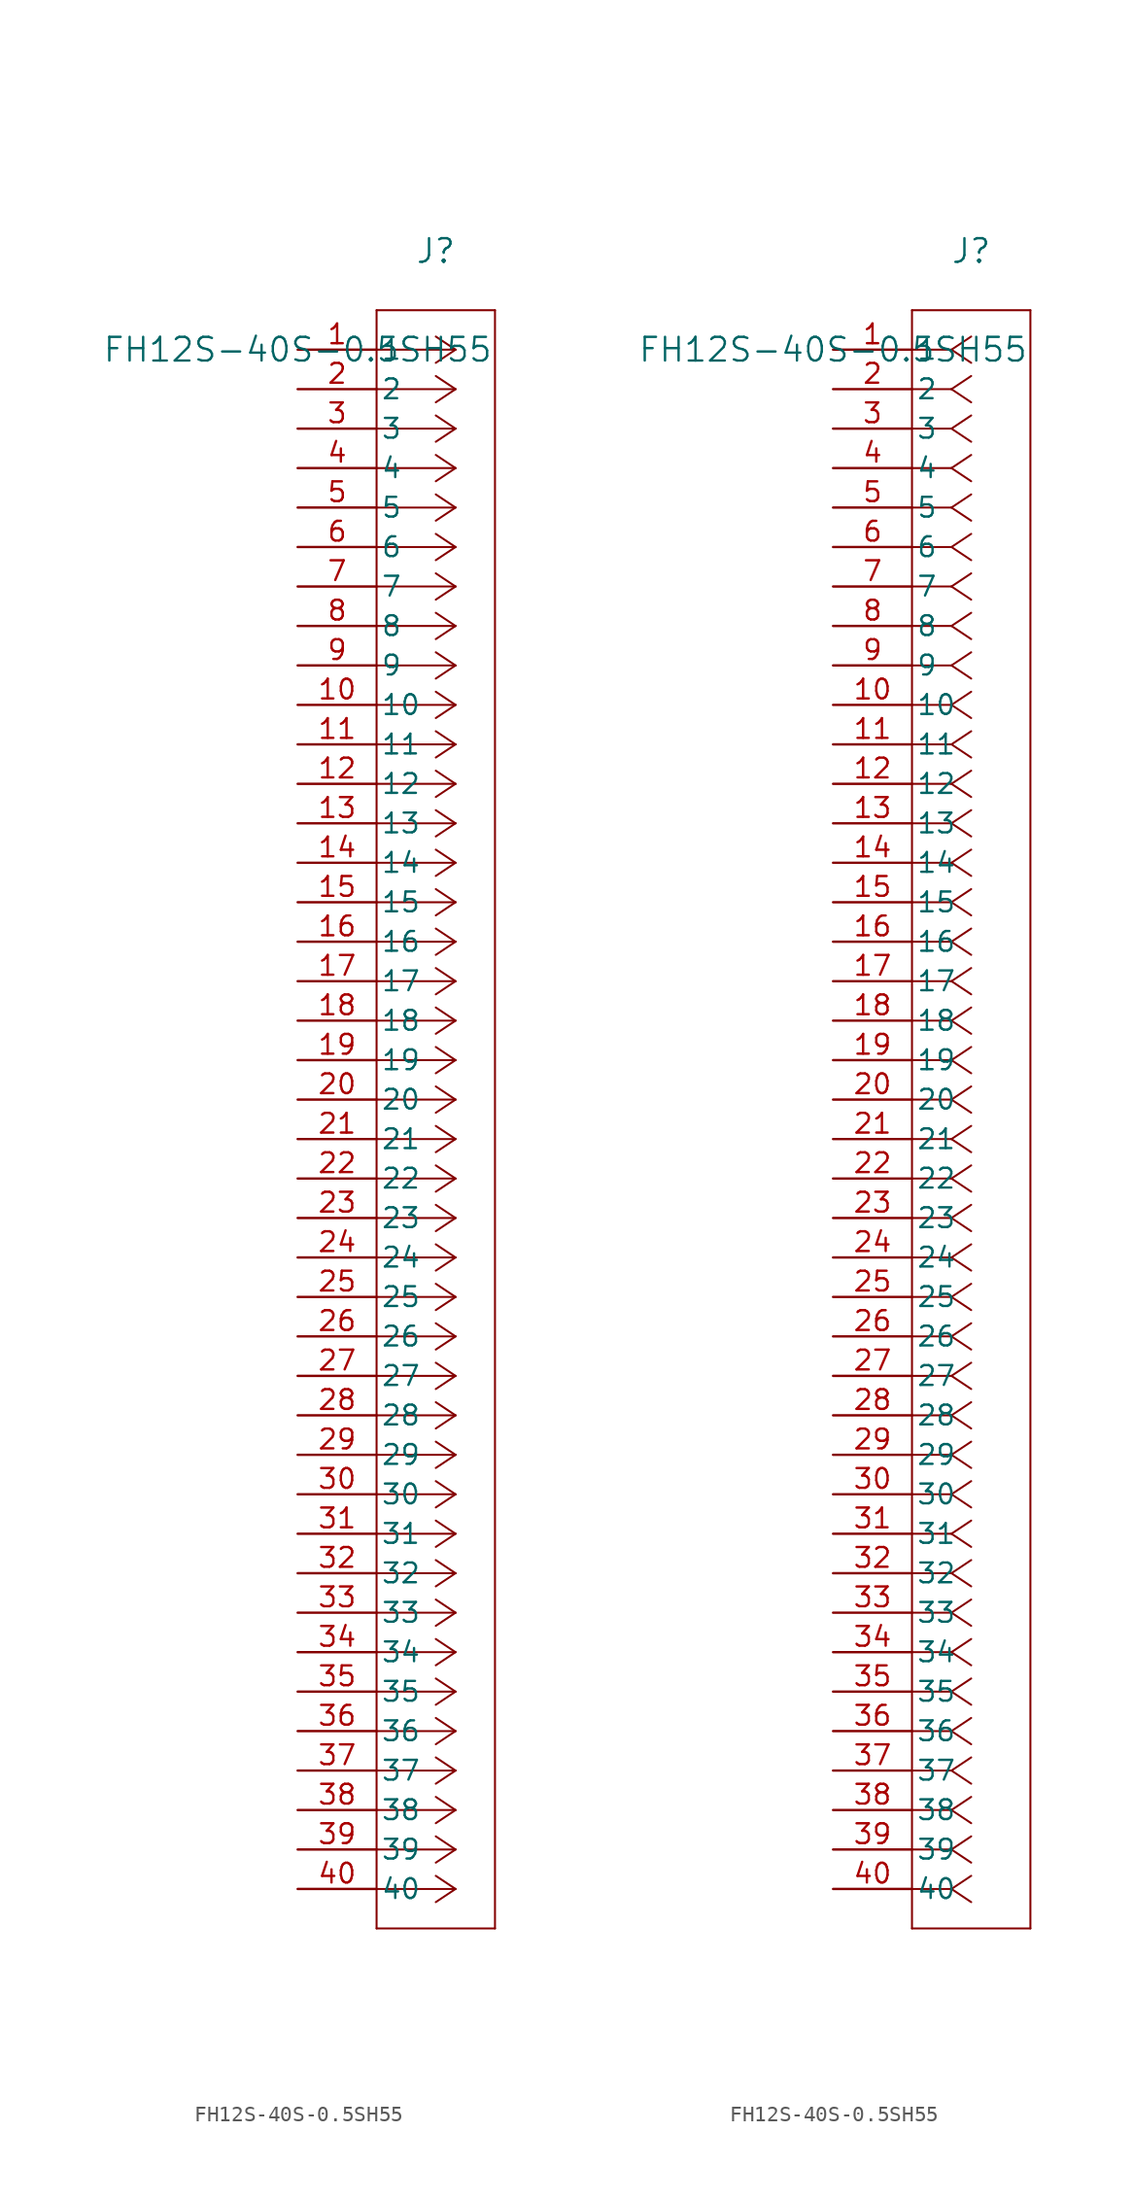
<source format=kicad_sym>
(kicad_symbol_lib
  (version 20211014)
  (generator kicad_symbol_editor)
  (symbol "FH12S-40S-0.5SH55"
    (pin_names
      (offset 0.254))
    (property "Reference" "J"
      (at 8.89 6.35 0)
      (effects (font (size 1.524 1.524))))
    (property "Value" "FH12S-40S-0.5SH55"
      (at 0 0 0)
      (effects (font (size 1.524 1.524))))
    (symbol "FH12S-40S-0.5SH55_1_1"
      (polyline (pts (xy 10.16 0) (xy 5.08 0)) (stroke (width 0.127) (type default) (color 0 0 0 0)) (fill (type none)))
      (polyline (pts (xy 10.16 -2.54) (xy 5.08 -2.54)) (stroke (width 0.127) (type default) (color 0 0 0 0)) (fill (type none)))
      (polyline (pts (xy 10.16 -5.08) (xy 5.08 -5.08)) (stroke (width 0.127) (type default) (color 0 0 0 0)) (fill (type none)))
      (polyline (pts (xy 10.16 -7.62) (xy 5.08 -7.62)) (stroke (width 0.127) (type default) (color 0 0 0 0)) (fill (type none)))
      (polyline (pts (xy 10.16 -10.16) (xy 5.08 -10.16)) (stroke (width 0.127) (type default) (color 0 0 0 0)) (fill (type none)))
      (polyline (pts (xy 10.16 -12.7) (xy 5.08 -12.7)) (stroke (width 0.127) (type default) (color 0 0 0 0)) (fill (type none)))
      (polyline (pts (xy 10.16 -15.24) (xy 5.08 -15.24)) (stroke (width 0.127) (type default) (color 0 0 0 0)) (fill (type none)))
      (polyline (pts (xy 10.16 -17.78) (xy 5.08 -17.78)) (stroke (width 0.127) (type default) (color 0 0 0 0)) (fill (type none)))
      (polyline (pts (xy 10.16 -20.32) (xy 5.08 -20.32)) (stroke (width 0.127) (type default) (color 0 0 0 0)) (fill (type none)))
      (polyline (pts (xy 10.16 -22.86) (xy 5.08 -22.86)) (stroke (width 0.127) (type default) (color 0 0 0 0)) (fill (type none)))
      (polyline (pts (xy 10.16 -25.4) (xy 5.08 -25.4)) (stroke (width 0.127) (type default) (color 0 0 0 0)) (fill (type none)))
      (polyline (pts (xy 10.16 -27.94) (xy 5.08 -27.94)) (stroke (width 0.127) (type default) (color 0 0 0 0)) (fill (type none)))
      (polyline (pts (xy 10.16 -30.48) (xy 5.08 -30.48)) (stroke (width 0.127) (type default) (color 0 0 0 0)) (fill (type none)))
      (polyline (pts (xy 10.16 -33.02) (xy 5.08 -33.02)) (stroke (width 0.127) (type default) (color 0 0 0 0)) (fill (type none)))
      (polyline (pts (xy 10.16 -35.56) (xy 5.08 -35.56)) (stroke (width 0.127) (type default) (color 0 0 0 0)) (fill (type none)))
      (polyline (pts (xy 10.16 -38.1) (xy 5.08 -38.1)) (stroke (width 0.127) (type default) (color 0 0 0 0)) (fill (type none)))
      (polyline (pts (xy 10.16 -40.64) (xy 5.08 -40.64)) (stroke (width 0.127) (type default) (color 0 0 0 0)) (fill (type none)))
      (polyline (pts (xy 10.16 -43.18) (xy 5.08 -43.18)) (stroke (width 0.127) (type default) (color 0 0 0 0)) (fill (type none)))
      (polyline (pts (xy 10.16 -45.72) (xy 5.08 -45.72)) (stroke (width 0.127) (type default) (color 0 0 0 0)) (fill (type none)))
      (polyline (pts (xy 10.16 -48.26) (xy 5.08 -48.26)) (stroke (width 0.127) (type default) (color 0 0 0 0)) (fill (type none)))
      (polyline (pts (xy 10.16 -50.8) (xy 5.08 -50.8)) (stroke (width 0.127) (type default) (color 0 0 0 0)) (fill (type none)))
      (polyline (pts (xy 10.16 -53.34) (xy 5.08 -53.34)) (stroke (width 0.127) (type default) (color 0 0 0 0)) (fill (type none)))
      (polyline (pts (xy 10.16 -55.88) (xy 5.08 -55.88)) (stroke (width 0.127) (type default) (color 0 0 0 0)) (fill (type none)))
      (polyline (pts (xy 10.16 -58.42) (xy 5.08 -58.42)) (stroke (width 0.127) (type default) (color 0 0 0 0)) (fill (type none)))
      (polyline (pts (xy 10.16 -60.96) (xy 5.08 -60.96)) (stroke (width 0.127) (type default) (color 0 0 0 0)) (fill (type none)))
      (polyline (pts (xy 10.16 -63.5) (xy 5.08 -63.5)) (stroke (width 0.127) (type default) (color 0 0 0 0)) (fill (type none)))
      (polyline (pts (xy 10.16 -66.04) (xy 5.08 -66.04)) (stroke (width 0.127) (type default) (color 0 0 0 0)) (fill (type none)))
      (polyline (pts (xy 10.16 -68.58) (xy 5.08 -68.58)) (stroke (width 0.127) (type default) (color 0 0 0 0)) (fill (type none)))
      (polyline (pts (xy 10.16 -71.12) (xy 5.08 -71.12)) (stroke (width 0.127) (type default) (color 0 0 0 0)) (fill (type none)))
      (polyline (pts (xy 10.16 -73.66) (xy 5.08 -73.66)) (stroke (width 0.127) (type default) (color 0 0 0 0)) (fill (type none)))
      (polyline (pts (xy 10.16 -76.2) (xy 5.08 -76.2)) (stroke (width 0.127) (type default) (color 0 0 0 0)) (fill (type none)))
      (polyline (pts (xy 10.16 -78.74) (xy 5.08 -78.74)) (stroke (width 0.127) (type default) (color 0 0 0 0)) (fill (type none)))
      (polyline (pts (xy 10.16 -81.28) (xy 5.08 -81.28)) (stroke (width 0.127) (type default) (color 0 0 0 0)) (fill (type none)))
      (polyline (pts (xy 10.16 -83.82) (xy 5.08 -83.82)) (stroke (width 0.127) (type default) (color 0 0 0 0)) (fill (type none)))
      (polyline (pts (xy 10.16 -86.36) (xy 5.08 -86.36)) (stroke (width 0.127) (type default) (color 0 0 0 0)) (fill (type none)))
      (polyline (pts (xy 10.16 -88.9) (xy 5.08 -88.9)) (stroke (width 0.127) (type default) (color 0 0 0 0)) (fill (type none)))
      (polyline (pts (xy 10.16 -91.44) (xy 5.08 -91.44)) (stroke (width 0.127) (type default) (color 0 0 0 0)) (fill (type none)))
      (polyline (pts (xy 10.16 -93.98) (xy 5.08 -93.98)) (stroke (width 0.127) (type default) (color 0 0 0 0)) (fill (type none)))
      (polyline (pts (xy 10.16 -96.52) (xy 5.08 -96.52)) (stroke (width 0.127) (type default) (color 0 0 0 0)) (fill (type none)))
      (polyline (pts (xy 10.16 -99.06) (xy 5.08 -99.06)) (stroke (width 0.127) (type default) (color 0 0 0 0)) (fill (type none)))
      (polyline (pts (xy 10.16 0) (xy 8.89 0.847)) (stroke (width 0.127) (type default) (color 0 0 0 0)) (fill (type none)))
      (polyline (pts (xy 10.16 -2.54) (xy 8.89 -1.693)) (stroke (width 0.127) (type default) (color 0 0 0 0)) (fill (type none)))
      (polyline (pts (xy 10.16 -5.08) (xy 8.89 -4.233)) (stroke (width 0.127) (type default) (color 0 0 0 0)) (fill (type none)))
      (polyline (pts (xy 10.16 -7.62) (xy 8.89 -6.773)) (stroke (width 0.127) (type default) (color 0 0 0 0)) (fill (type none)))
      (polyline (pts (xy 10.16 -10.16) (xy 8.89 -9.313)) (stroke (width 0.127) (type default) (color 0 0 0 0)) (fill (type none)))
      (polyline (pts (xy 10.16 -12.7) (xy 8.89 -11.853)) (stroke (width 0.127) (type default) (color 0 0 0 0)) (fill (type none)))
      (polyline (pts (xy 10.16 -15.24) (xy 8.89 -14.393)) (stroke (width 0.127) (type default) (color 0 0 0 0)) (fill (type none)))
      (polyline (pts (xy 10.16 -17.78) (xy 8.89 -16.933)) (stroke (width 0.127) (type default) (color 0 0 0 0)) (fill (type none)))
      (polyline (pts (xy 10.16 -20.32) (xy 8.89 -19.473)) (stroke (width 0.127) (type default) (color 0 0 0 0)) (fill (type none)))
      (polyline (pts (xy 10.16 -22.86) (xy 8.89 -22.013)) (stroke (width 0.127) (type default) (color 0 0 0 0)) (fill (type none)))
      (polyline (pts (xy 10.16 -25.4) (xy 8.89 -24.553)) (stroke (width 0.127) (type default) (color 0 0 0 0)) (fill (type none)))
      (polyline (pts (xy 10.16 -27.94) (xy 8.89 -27.093)) (stroke (width 0.127) (type default) (color 0 0 0 0)) (fill (type none)))
      (polyline (pts (xy 10.16 -30.48) (xy 8.89 -29.633)) (stroke (width 0.127) (type default) (color 0 0 0 0)) (fill (type none)))
      (polyline (pts (xy 10.16 -33.02) (xy 8.89 -32.173)) (stroke (width 0.127) (type default) (color 0 0 0 0)) (fill (type none)))
      (polyline (pts (xy 10.16 -35.56) (xy 8.89 -34.713)) (stroke (width 0.127) (type default) (color 0 0 0 0)) (fill (type none)))
      (polyline (pts (xy 10.16 -38.1) (xy 8.89 -37.253)) (stroke (width 0.127) (type default) (color 0 0 0 0)) (fill (type none)))
      (polyline (pts (xy 10.16 -40.64) (xy 8.89 -39.793)) (stroke (width 0.127) (type default) (color 0 0 0 0)) (fill (type none)))
      (polyline (pts (xy 10.16 -43.18) (xy 8.89 -42.333)) (stroke (width 0.127) (type default) (color 0 0 0 0)) (fill (type none)))
      (polyline (pts (xy 10.16 -45.72) (xy 8.89 -44.873)) (stroke (width 0.127) (type default) (color 0 0 0 0)) (fill (type none)))
      (polyline (pts (xy 10.16 -48.26) (xy 8.89 -47.413)) (stroke (width 0.127) (type default) (color 0 0 0 0)) (fill (type none)))
      (polyline (pts (xy 10.16 -50.8) (xy 8.89 -49.953)) (stroke (width 0.127) (type default) (color 0 0 0 0)) (fill (type none)))
      (polyline (pts (xy 10.16 -53.34) (xy 8.89 -52.493)) (stroke (width 0.127) (type default) (color 0 0 0 0)) (fill (type none)))
      (polyline (pts (xy 10.16 -55.88) (xy 8.89 -55.033)) (stroke (width 0.127) (type default) (color 0 0 0 0)) (fill (type none)))
      (polyline (pts (xy 10.16 -58.42) (xy 8.89 -57.573)) (stroke (width 0.127) (type default) (color 0 0 0 0)) (fill (type none)))
      (polyline (pts (xy 10.16 -60.96) (xy 8.89 -60.113)) (stroke (width 0.127) (type default) (color 0 0 0 0)) (fill (type none)))
      (polyline (pts (xy 10.16 -63.5) (xy 8.89 -62.653)) (stroke (width 0.127) (type default) (color 0 0 0 0)) (fill (type none)))
      (polyline (pts (xy 10.16 -66.04) (xy 8.89 -65.193)) (stroke (width 0.127) (type default) (color 0 0 0 0)) (fill (type none)))
      (polyline (pts (xy 10.16 -68.58) (xy 8.89 -67.733)) (stroke (width 0.127) (type default) (color 0 0 0 0)) (fill (type none)))
      (polyline (pts (xy 10.16 -71.12) (xy 8.89 -70.273)) (stroke (width 0.127) (type default) (color 0 0 0 0)) (fill (type none)))
      (polyline (pts (xy 10.16 -73.66) (xy 8.89 -72.813)) (stroke (width 0.127) (type default) (color 0 0 0 0)) (fill (type none)))
      (polyline (pts (xy 10.16 -76.2) (xy 8.89 -75.353)) (stroke (width 0.127) (type default) (color 0 0 0 0)) (fill (type none)))
      (polyline (pts (xy 10.16 -78.74) (xy 8.89 -77.893)) (stroke (width 0.127) (type default) (color 0 0 0 0)) (fill (type none)))
      (polyline (pts (xy 10.16 -81.28) (xy 8.89 -80.433)) (stroke (width 0.127) (type default) (color 0 0 0 0)) (fill (type none)))
      (polyline (pts (xy 10.16 -83.82) (xy 8.89 -82.973)) (stroke (width 0.127) (type default) (color 0 0 0 0)) (fill (type none)))
      (polyline (pts (xy 10.16 -86.36) (xy 8.89 -85.513)) (stroke (width 0.127) (type default) (color 0 0 0 0)) (fill (type none)))
      (polyline (pts (xy 10.16 -88.9) (xy 8.89 -88.053)) (stroke (width 0.127) (type default) (color 0 0 0 0)) (fill (type none)))
      (polyline (pts (xy 10.16 -91.44) (xy 8.89 -90.593)) (stroke (width 0.127) (type default) (color 0 0 0 0)) (fill (type none)))
      (polyline (pts (xy 10.16 -93.98) (xy 8.89 -93.133)) (stroke (width 0.127) (type default) (color 0 0 0 0)) (fill (type none)))
      (polyline (pts (xy 10.16 -96.52) (xy 8.89 -95.673)) (stroke (width 0.127) (type default) (color 0 0 0 0)) (fill (type none)))
      (polyline (pts (xy 10.16 -99.06) (xy 8.89 -98.213)) (stroke (width 0.127) (type default) (color 0 0 0 0)) (fill (type none)))
      (polyline (pts (xy 10.16 0) (xy 8.89 -0.847)) (stroke (width 0.127) (type default) (color 0 0 0 0)) (fill (type none)))
      (polyline (pts (xy 10.16 -2.54) (xy 8.89 -3.387)) (stroke (width 0.127) (type default) (color 0 0 0 0)) (fill (type none)))
      (polyline (pts (xy 10.16 -5.08) (xy 8.89 -5.927)) (stroke (width 0.127) (type default) (color 0 0 0 0)) (fill (type none)))
      (polyline (pts (xy 10.16 -7.62) (xy 8.89 -8.467)) (stroke (width 0.127) (type default) (color 0 0 0 0)) (fill (type none)))
      (polyline (pts (xy 10.16 -10.16) (xy 8.89 -11.007)) (stroke (width 0.127) (type default) (color 0 0 0 0)) (fill (type none)))
      (polyline (pts (xy 10.16 -12.7) (xy 8.89 -13.547)) (stroke (width 0.127) (type default) (color 0 0 0 0)) (fill (type none)))
      (polyline (pts (xy 10.16 -15.24) (xy 8.89 -16.087)) (stroke (width 0.127) (type default) (color 0 0 0 0)) (fill (type none)))
      (polyline (pts (xy 10.16 -17.78) (xy 8.89 -18.627)) (stroke (width 0.127) (type default) (color 0 0 0 0)) (fill (type none)))
      (polyline (pts (xy 10.16 -20.32) (xy 8.89 -21.167)) (stroke (width 0.127) (type default) (color 0 0 0 0)) (fill (type none)))
      (polyline (pts (xy 10.16 -22.86) (xy 8.89 -23.707)) (stroke (width 0.127) (type default) (color 0 0 0 0)) (fill (type none)))
      (polyline (pts (xy 10.16 -25.4) (xy 8.89 -26.247)) (stroke (width 0.127) (type default) (color 0 0 0 0)) (fill (type none)))
      (polyline (pts (xy 10.16 -27.94) (xy 8.89 -28.787)) (stroke (width 0.127) (type default) (color 0 0 0 0)) (fill (type none)))
      (polyline (pts (xy 10.16 -30.48) (xy 8.89 -31.327)) (stroke (width 0.127) (type default) (color 0 0 0 0)) (fill (type none)))
      (polyline (pts (xy 10.16 -33.02) (xy 8.89 -33.867)) (stroke (width 0.127) (type default) (color 0 0 0 0)) (fill (type none)))
      (polyline (pts (xy 10.16 -35.56) (xy 8.89 -36.407)) (stroke (width 0.127) (type default) (color 0 0 0 0)) (fill (type none)))
      (polyline (pts (xy 10.16 -38.1) (xy 8.89 -38.947)) (stroke (width 0.127) (type default) (color 0 0 0 0)) (fill (type none)))
      (polyline (pts (xy 10.16 -40.64) (xy 8.89 -41.487)) (stroke (width 0.127) (type default) (color 0 0 0 0)) (fill (type none)))
      (polyline (pts (xy 10.16 -43.18) (xy 8.89 -44.027)) (stroke (width 0.127) (type default) (color 0 0 0 0)) (fill (type none)))
      (polyline (pts (xy 10.16 -45.72) (xy 8.89 -46.567)) (stroke (width 0.127) (type default) (color 0 0 0 0)) (fill (type none)))
      (polyline (pts (xy 10.16 -48.26) (xy 8.89 -49.107)) (stroke (width 0.127) (type default) (color 0 0 0 0)) (fill (type none)))
      (polyline (pts (xy 10.16 -50.8) (xy 8.89 -51.647)) (stroke (width 0.127) (type default) (color 0 0 0 0)) (fill (type none)))
      (polyline (pts (xy 10.16 -53.34) (xy 8.89 -54.187)) (stroke (width 0.127) (type default) (color 0 0 0 0)) (fill (type none)))
      (polyline (pts (xy 10.16 -55.88) (xy 8.89 -56.727)) (stroke (width 0.127) (type default) (color 0 0 0 0)) (fill (type none)))
      (polyline (pts (xy 10.16 -58.42) (xy 8.89 -59.267)) (stroke (width 0.127) (type default) (color 0 0 0 0)) (fill (type none)))
      (polyline (pts (xy 10.16 -60.96) (xy 8.89 -61.807)) (stroke (width 0.127) (type default) (color 0 0 0 0)) (fill (type none)))
      (polyline (pts (xy 10.16 -63.5) (xy 8.89 -64.347)) (stroke (width 0.127) (type default) (color 0 0 0 0)) (fill (type none)))
      (polyline (pts (xy 10.16 -66.04) (xy 8.89 -66.887)) (stroke (width 0.127) (type default) (color 0 0 0 0)) (fill (type none)))
      (polyline (pts (xy 10.16 -68.58) (xy 8.89 -69.427)) (stroke (width 0.127) (type default) (color 0 0 0 0)) (fill (type none)))
      (polyline (pts (xy 10.16 -71.12) (xy 8.89 -71.967)) (stroke (width 0.127) (type default) (color 0 0 0 0)) (fill (type none)))
      (polyline (pts (xy 10.16 -73.66) (xy 8.89 -74.507)) (stroke (width 0.127) (type default) (color 0 0 0 0)) (fill (type none)))
      (polyline (pts (xy 10.16 -76.2) (xy 8.89 -77.047)) (stroke (width 0.127) (type default) (color 0 0 0 0)) (fill (type none)))
      (polyline (pts (xy 10.16 -78.74) (xy 8.89 -79.587)) (stroke (width 0.127) (type default) (color 0 0 0 0)) (fill (type none)))
      (polyline (pts (xy 10.16 -81.28) (xy 8.89 -82.127)) (stroke (width 0.127) (type default) (color 0 0 0 0)) (fill (type none)))
      (polyline (pts (xy 10.16 -83.82) (xy 8.89 -84.667)) (stroke (width 0.127) (type default) (color 0 0 0 0)) (fill (type none)))
      (polyline (pts (xy 10.16 -86.36) (xy 8.89 -87.207)) (stroke (width 0.127) (type default) (color 0 0 0 0)) (fill (type none)))
      (polyline (pts (xy 10.16 -88.9) (xy 8.89 -89.747)) (stroke (width 0.127) (type default) (color 0 0 0 0)) (fill (type none)))
      (polyline (pts (xy 10.16 -91.44) (xy 8.89 -92.287)) (stroke (width 0.127) (type default) (color 0 0 0 0)) (fill (type none)))
      (polyline (pts (xy 10.16 -93.98) (xy 8.89 -94.827)) (stroke (width 0.127) (type default) (color 0 0 0 0)) (fill (type none)))
      (polyline (pts (xy 10.16 -96.52) (xy 8.89 -97.367)) (stroke (width 0.127) (type default) (color 0 0 0 0)) (fill (type none)))
      (polyline (pts (xy 10.16 -99.06) (xy 8.89 -99.907)) (stroke (width 0.127) (type default) (color 0 0 0 0)) (fill (type none)))
      (polyline (pts (xy 5.08 2.54) (xy 5.08 -101.6)) (stroke (width 0.127) (type default) (color 0 0 0 0)) (fill (type none)))
      (polyline (pts (xy 5.08 -101.6) (xy 12.7 -101.6)) (stroke (width 0.127) (type default) (color 0 0 0 0)) (fill (type none)))
      (polyline (pts (xy 12.7 -101.6) (xy 12.7 2.54)) (stroke (width 0.127) (type default) (color 0 0 0 0)) (fill (type none)))
      (polyline (pts (xy 12.7 2.54) (xy 5.08 2.54)) (stroke (width 0.127) (type default) (color 0 0 0 0)) (fill (type none)))
      (pin unspecified line (at 0 0 0) (length 5.08) (name "1" (effects (font (size 1.27 1.27)))) (number "1" (effects (font (size 1.27 1.27)))))
      (pin unspecified line (at 0 -2.54 0) (length 5.08) (name "2" (effects (font (size 1.27 1.27)))) (number "2" (effects (font (size 1.27 1.27)))))
      (pin unspecified line (at 0 -5.08 0) (length 5.08) (name "3" (effects (font (size 1.27 1.27)))) (number "3" (effects (font (size 1.27 1.27)))))
      (pin unspecified line (at 0 -7.62 0) (length 5.08) (name "4" (effects (font (size 1.27 1.27)))) (number "4" (effects (font (size 1.27 1.27)))))
      (pin unspecified line (at 0 -10.16 0) (length 5.08) (name "5" (effects (font (size 1.27 1.27)))) (number "5" (effects (font (size 1.27 1.27)))))
      (pin unspecified line (at 0 -12.7 0) (length 5.08) (name "6" (effects (font (size 1.27 1.27)))) (number "6" (effects (font (size 1.27 1.27)))))
      (pin unspecified line (at 0 -15.24 0) (length 5.08) (name "7" (effects (font (size 1.27 1.27)))) (number "7" (effects (font (size 1.27 1.27)))))
      (pin unspecified line (at 0 -17.78 0) (length 5.08) (name "8" (effects (font (size 1.27 1.27)))) (number "8" (effects (font (size 1.27 1.27)))))
      (pin unspecified line (at 0 -20.32 0) (length 5.08) (name "9" (effects (font (size 1.27 1.27)))) (number "9" (effects (font (size 1.27 1.27)))))
      (pin unspecified line (at 0 -22.86 0) (length 5.08) (name "10" (effects (font (size 1.27 1.27)))) (number "10" (effects (font (size 1.27 1.27)))))
      (pin unspecified line (at 0 -25.4 0) (length 5.08) (name "11" (effects (font (size 1.27 1.27)))) (number "11" (effects (font (size 1.27 1.27)))))
      (pin unspecified line (at 0 -27.94 0) (length 5.08) (name "12" (effects (font (size 1.27 1.27)))) (number "12" (effects (font (size 1.27 1.27)))))
      (pin unspecified line (at 0 -30.48 0) (length 5.08) (name "13" (effects (font (size 1.27 1.27)))) (number "13" (effects (font (size 1.27 1.27)))))
      (pin unspecified line (at 0 -33.02 0) (length 5.08) (name "14" (effects (font (size 1.27 1.27)))) (number "14" (effects (font (size 1.27 1.27)))))
      (pin unspecified line (at 0 -35.56 0) (length 5.08) (name "15" (effects (font (size 1.27 1.27)))) (number "15" (effects (font (size 1.27 1.27)))))
      (pin unspecified line (at 0 -38.1 0) (length 5.08) (name "16" (effects (font (size 1.27 1.27)))) (number "16" (effects (font (size 1.27 1.27)))))
      (pin unspecified line (at 0 -40.64 0) (length 5.08) (name "17" (effects (font (size 1.27 1.27)))) (number "17" (effects (font (size 1.27 1.27)))))
      (pin unspecified line (at 0 -43.18 0) (length 5.08) (name "18" (effects (font (size 1.27 1.27)))) (number "18" (effects (font (size 1.27 1.27)))))
      (pin unspecified line (at 0 -45.72 0) (length 5.08) (name "19" (effects (font (size 1.27 1.27)))) (number "19" (effects (font (size 1.27 1.27)))))
      (pin unspecified line (at 0 -48.26 0) (length 5.08) (name "20" (effects (font (size 1.27 1.27)))) (number "20" (effects (font (size 1.27 1.27)))))
      (pin unspecified line (at 0 -50.8 0) (length 5.08) (name "21" (effects (font (size 1.27 1.27)))) (number "21" (effects (font (size 1.27 1.27)))))
      (pin unspecified line (at 0 -53.34 0) (length 5.08) (name "22" (effects (font (size 1.27 1.27)))) (number "22" (effects (font (size 1.27 1.27)))))
      (pin unspecified line (at 0 -55.88 0) (length 5.08) (name "23" (effects (font (size 1.27 1.27)))) (number "23" (effects (font (size 1.27 1.27)))))
      (pin unspecified line (at 0 -58.42 0) (length 5.08) (name "24" (effects (font (size 1.27 1.27)))) (number "24" (effects (font (size 1.27 1.27)))))
      (pin unspecified line (at 0 -60.96 0) (length 5.08) (name "25" (effects (font (size 1.27 1.27)))) (number "25" (effects (font (size 1.27 1.27)))))
      (pin unspecified line (at 0 -63.5 0) (length 5.08) (name "26" (effects (font (size 1.27 1.27)))) (number "26" (effects (font (size 1.27 1.27)))))
      (pin unspecified line (at 0 -66.04 0) (length 5.08) (name "27" (effects (font (size 1.27 1.27)))) (number "27" (effects (font (size 1.27 1.27)))))
      (pin unspecified line (at 0 -68.58 0) (length 5.08) (name "28" (effects (font (size 1.27 1.27)))) (number "28" (effects (font (size 1.27 1.27)))))
      (pin unspecified line (at 0 -71.12 0) (length 5.08) (name "29" (effects (font (size 1.27 1.27)))) (number "29" (effects (font (size 1.27 1.27)))))
      (pin unspecified line (at 0 -73.66 0) (length 5.08) (name "30" (effects (font (size 1.27 1.27)))) (number "30" (effects (font (size 1.27 1.27)))))
      (pin unspecified line (at 0 -76.2 0) (length 5.08) (name "31" (effects (font (size 1.27 1.27)))) (number "31" (effects (font (size 1.27 1.27)))))
      (pin unspecified line (at 0 -78.74 0) (length 5.08) (name "32" (effects (font (size 1.27 1.27)))) (number "32" (effects (font (size 1.27 1.27)))))
      (pin unspecified line (at 0 -81.28 0) (length 5.08) (name "33" (effects (font (size 1.27 1.27)))) (number "33" (effects (font (size 1.27 1.27)))))
      (pin unspecified line (at 0 -83.82 0) (length 5.08) (name "34" (effects (font (size 1.27 1.27)))) (number "34" (effects (font (size 1.27 1.27)))))
      (pin unspecified line (at 0 -86.36 0) (length 5.08) (name "35" (effects (font (size 1.27 1.27)))) (number "35" (effects (font (size 1.27 1.27)))))
      (pin unspecified line (at 0 -88.9 0) (length 5.08) (name "36" (effects (font (size 1.27 1.27)))) (number "36" (effects (font (size 1.27 1.27)))))
      (pin unspecified line (at 0 -91.44 0) (length 5.08) (name "37" (effects (font (size 1.27 1.27)))) (number "37" (effects (font (size 1.27 1.27)))))
      (pin unspecified line (at 0 -93.98 0) (length 5.08) (name "38" (effects (font (size 1.27 1.27)))) (number "38" (effects (font (size 1.27 1.27)))))
      (pin unspecified line (at 0 -96.52 0) (length 5.08) (name "39" (effects (font (size 1.27 1.27)))) (number "39" (effects (font (size 1.27 1.27)))))
      (pin unspecified line (at 0 -99.06 0) (length 5.08) (name "40" (effects (font (size 1.27 1.27)))) (number "40" (effects (font (size 1.27 1.27))))))
    (symbol "FH12S-40S-0.5SH55_1_2"
      (polyline (pts (xy 7.62 0) (xy 5.08 0)) (stroke (width 0.127) (type default) (color 0 0 0 0)) (fill (type none)))
      (polyline (pts (xy 7.62 -2.54) (xy 5.08 -2.54)) (stroke (width 0.127) (type default) (color 0 0 0 0)) (fill (type none)))
      (polyline (pts (xy 7.62 -5.08) (xy 5.08 -5.08)) (stroke (width 0.127) (type default) (color 0 0 0 0)) (fill (type none)))
      (polyline (pts (xy 7.62 -7.62) (xy 5.08 -7.62)) (stroke (width 0.127) (type default) (color 0 0 0 0)) (fill (type none)))
      (polyline (pts (xy 7.62 -10.16) (xy 5.08 -10.16)) (stroke (width 0.127) (type default) (color 0 0 0 0)) (fill (type none)))
      (polyline (pts (xy 7.62 -12.7) (xy 5.08 -12.7)) (stroke (width 0.127) (type default) (color 0 0 0 0)) (fill (type none)))
      (polyline (pts (xy 7.62 -15.24) (xy 5.08 -15.24)) (stroke (width 0.127) (type default) (color 0 0 0 0)) (fill (type none)))
      (polyline (pts (xy 7.62 -17.78) (xy 5.08 -17.78)) (stroke (width 0.127) (type default) (color 0 0 0 0)) (fill (type none)))
      (polyline (pts (xy 7.62 -20.32) (xy 5.08 -20.32)) (stroke (width 0.127) (type default) (color 0 0 0 0)) (fill (type none)))
      (polyline (pts (xy 7.62 -22.86) (xy 5.08 -22.86)) (stroke (width 0.127) (type default) (color 0 0 0 0)) (fill (type none)))
      (polyline (pts (xy 7.62 -25.4) (xy 5.08 -25.4)) (stroke (width 0.127) (type default) (color 0 0 0 0)) (fill (type none)))
      (polyline (pts (xy 7.62 -27.94) (xy 5.08 -27.94)) (stroke (width 0.127) (type default) (color 0 0 0 0)) (fill (type none)))
      (polyline (pts (xy 7.62 -30.48) (xy 5.08 -30.48)) (stroke (width 0.127) (type default) (color 0 0 0 0)) (fill (type none)))
      (polyline (pts (xy 7.62 -33.02) (xy 5.08 -33.02)) (stroke (width 0.127) (type default) (color 0 0 0 0)) (fill (type none)))
      (polyline (pts (xy 7.62 -35.56) (xy 5.08 -35.56)) (stroke (width 0.127) (type default) (color 0 0 0 0)) (fill (type none)))
      (polyline (pts (xy 7.62 -38.1) (xy 5.08 -38.1)) (stroke (width 0.127) (type default) (color 0 0 0 0)) (fill (type none)))
      (polyline (pts (xy 7.62 -40.64) (xy 5.08 -40.64)) (stroke (width 0.127) (type default) (color 0 0 0 0)) (fill (type none)))
      (polyline (pts (xy 7.62 -43.18) (xy 5.08 -43.18)) (stroke (width 0.127) (type default) (color 0 0 0 0)) (fill (type none)))
      (polyline (pts (xy 7.62 -45.72) (xy 5.08 -45.72)) (stroke (width 0.127) (type default) (color 0 0 0 0)) (fill (type none)))
      (polyline (pts (xy 7.62 -48.26) (xy 5.08 -48.26)) (stroke (width 0.127) (type default) (color 0 0 0 0)) (fill (type none)))
      (polyline (pts (xy 7.62 -50.8) (xy 5.08 -50.8)) (stroke (width 0.127) (type default) (color 0 0 0 0)) (fill (type none)))
      (polyline (pts (xy 7.62 -53.34) (xy 5.08 -53.34)) (stroke (width 0.127) (type default) (color 0 0 0 0)) (fill (type none)))
      (polyline (pts (xy 7.62 -55.88) (xy 5.08 -55.88)) (stroke (width 0.127) (type default) (color 0 0 0 0)) (fill (type none)))
      (polyline (pts (xy 7.62 -58.42) (xy 5.08 -58.42)) (stroke (width 0.127) (type default) (color 0 0 0 0)) (fill (type none)))
      (polyline (pts (xy 7.62 -60.96) (xy 5.08 -60.96)) (stroke (width 0.127) (type default) (color 0 0 0 0)) (fill (type none)))
      (polyline (pts (xy 7.62 -63.5) (xy 5.08 -63.5)) (stroke (width 0.127) (type default) (color 0 0 0 0)) (fill (type none)))
      (polyline (pts (xy 7.62 -66.04) (xy 5.08 -66.04)) (stroke (width 0.127) (type default) (color 0 0 0 0)) (fill (type none)))
      (polyline (pts (xy 7.62 -68.58) (xy 5.08 -68.58)) (stroke (width 0.127) (type default) (color 0 0 0 0)) (fill (type none)))
      (polyline (pts (xy 7.62 -71.12) (xy 5.08 -71.12)) (stroke (width 0.127) (type default) (color 0 0 0 0)) (fill (type none)))
      (polyline (pts (xy 7.62 -73.66) (xy 5.08 -73.66)) (stroke (width 0.127) (type default) (color 0 0 0 0)) (fill (type none)))
      (polyline (pts (xy 7.62 -76.2) (xy 5.08 -76.2)) (stroke (width 0.127) (type default) (color 0 0 0 0)) (fill (type none)))
      (polyline (pts (xy 7.62 -78.74) (xy 5.08 -78.74)) (stroke (width 0.127) (type default) (color 0 0 0 0)) (fill (type none)))
      (polyline (pts (xy 7.62 -81.28) (xy 5.08 -81.28)) (stroke (width 0.127) (type default) (color 0 0 0 0)) (fill (type none)))
      (polyline (pts (xy 7.62 -83.82) (xy 5.08 -83.82)) (stroke (width 0.127) (type default) (color 0 0 0 0)) (fill (type none)))
      (polyline (pts (xy 7.62 -86.36) (xy 5.08 -86.36)) (stroke (width 0.127) (type default) (color 0 0 0 0)) (fill (type none)))
      (polyline (pts (xy 7.62 -88.9) (xy 5.08 -88.9)) (stroke (width 0.127) (type default) (color 0 0 0 0)) (fill (type none)))
      (polyline (pts (xy 7.62 -91.44) (xy 5.08 -91.44)) (stroke (width 0.127) (type default) (color 0 0 0 0)) (fill (type none)))
      (polyline (pts (xy 7.62 -93.98) (xy 5.08 -93.98)) (stroke (width 0.127) (type default) (color 0 0 0 0)) (fill (type none)))
      (polyline (pts (xy 7.62 -96.52) (xy 5.08 -96.52)) (stroke (width 0.127) (type default) (color 0 0 0 0)) (fill (type none)))
      (polyline (pts (xy 7.62 -99.06) (xy 5.08 -99.06)) (stroke (width 0.127) (type default) (color 0 0 0 0)) (fill (type none)))
      (polyline (pts (xy 7.62 0) (xy 8.89 0.847)) (stroke (width 0.127) (type default) (color 0 0 0 0)) (fill (type none)))
      (polyline (pts (xy 7.62 -2.54) (xy 8.89 -1.693)) (stroke (width 0.127) (type default) (color 0 0 0 0)) (fill (type none)))
      (polyline (pts (xy 7.62 -5.08) (xy 8.89 -4.233)) (stroke (width 0.127) (type default) (color 0 0 0 0)) (fill (type none)))
      (polyline (pts (xy 7.62 -7.62) (xy 8.89 -6.773)) (stroke (width 0.127) (type default) (color 0 0 0 0)) (fill (type none)))
      (polyline (pts (xy 7.62 -10.16) (xy 8.89 -9.313)) (stroke (width 0.127) (type default) (color 0 0 0 0)) (fill (type none)))
      (polyline (pts (xy 7.62 -12.7) (xy 8.89 -11.853)) (stroke (width 0.127) (type default) (color 0 0 0 0)) (fill (type none)))
      (polyline (pts (xy 7.62 -15.24) (xy 8.89 -14.393)) (stroke (width 0.127) (type default) (color 0 0 0 0)) (fill (type none)))
      (polyline (pts (xy 7.62 -17.78) (xy 8.89 -16.933)) (stroke (width 0.127) (type default) (color 0 0 0 0)) (fill (type none)))
      (polyline (pts (xy 7.62 -20.32) (xy 8.89 -19.473)) (stroke (width 0.127) (type default) (color 0 0 0 0)) (fill (type none)))
      (polyline (pts (xy 7.62 -22.86) (xy 8.89 -22.013)) (stroke (width 0.127) (type default) (color 0 0 0 0)) (fill (type none)))
      (polyline (pts (xy 7.62 -25.4) (xy 8.89 -24.553)) (stroke (width 0.127) (type default) (color 0 0 0 0)) (fill (type none)))
      (polyline (pts (xy 7.62 -27.94) (xy 8.89 -27.093)) (stroke (width 0.127) (type default) (color 0 0 0 0)) (fill (type none)))
      (polyline (pts (xy 7.62 -30.48) (xy 8.89 -29.633)) (stroke (width 0.127) (type default) (color 0 0 0 0)) (fill (type none)))
      (polyline (pts (xy 7.62 -33.02) (xy 8.89 -32.173)) (stroke (width 0.127) (type default) (color 0 0 0 0)) (fill (type none)))
      (polyline (pts (xy 7.62 -35.56) (xy 8.89 -34.713)) (stroke (width 0.127) (type default) (color 0 0 0 0)) (fill (type none)))
      (polyline (pts (xy 7.62 -38.1) (xy 8.89 -37.253)) (stroke (width 0.127) (type default) (color 0 0 0 0)) (fill (type none)))
      (polyline (pts (xy 7.62 -40.64) (xy 8.89 -39.793)) (stroke (width 0.127) (type default) (color 0 0 0 0)) (fill (type none)))
      (polyline (pts (xy 7.62 -43.18) (xy 8.89 -42.333)) (stroke (width 0.127) (type default) (color 0 0 0 0)) (fill (type none)))
      (polyline (pts (xy 7.62 -45.72) (xy 8.89 -44.873)) (stroke (width 0.127) (type default) (color 0 0 0 0)) (fill (type none)))
      (polyline (pts (xy 7.62 -48.26) (xy 8.89 -47.413)) (stroke (width 0.127) (type default) (color 0 0 0 0)) (fill (type none)))
      (polyline (pts (xy 7.62 -50.8) (xy 8.89 -49.953)) (stroke (width 0.127) (type default) (color 0 0 0 0)) (fill (type none)))
      (polyline (pts (xy 7.62 -53.34) (xy 8.89 -52.493)) (stroke (width 0.127) (type default) (color 0 0 0 0)) (fill (type none)))
      (polyline (pts (xy 7.62 -55.88) (xy 8.89 -55.033)) (stroke (width 0.127) (type default) (color 0 0 0 0)) (fill (type none)))
      (polyline (pts (xy 7.62 -58.42) (xy 8.89 -57.573)) (stroke (width 0.127) (type default) (color 0 0 0 0)) (fill (type none)))
      (polyline (pts (xy 7.62 -60.96) (xy 8.89 -60.113)) (stroke (width 0.127) (type default) (color 0 0 0 0)) (fill (type none)))
      (polyline (pts (xy 7.62 -63.5) (xy 8.89 -62.653)) (stroke (width 0.127) (type default) (color 0 0 0 0)) (fill (type none)))
      (polyline (pts (xy 7.62 -66.04) (xy 8.89 -65.193)) (stroke (width 0.127) (type default) (color 0 0 0 0)) (fill (type none)))
      (polyline (pts (xy 7.62 -68.58) (xy 8.89 -67.733)) (stroke (width 0.127) (type default) (color 0 0 0 0)) (fill (type none)))
      (polyline (pts (xy 7.62 -71.12) (xy 8.89 -70.273)) (stroke (width 0.127) (type default) (color 0 0 0 0)) (fill (type none)))
      (polyline (pts (xy 7.62 -73.66) (xy 8.89 -72.813)) (stroke (width 0.127) (type default) (color 0 0 0 0)) (fill (type none)))
      (polyline (pts (xy 7.62 -76.2) (xy 8.89 -75.353)) (stroke (width 0.127) (type default) (color 0 0 0 0)) (fill (type none)))
      (polyline (pts (xy 7.62 -78.74) (xy 8.89 -77.893)) (stroke (width 0.127) (type default) (color 0 0 0 0)) (fill (type none)))
      (polyline (pts (xy 7.62 -81.28) (xy 8.89 -80.433)) (stroke (width 0.127) (type default) (color 0 0 0 0)) (fill (type none)))
      (polyline (pts (xy 7.62 -83.82) (xy 8.89 -82.973)) (stroke (width 0.127) (type default) (color 0 0 0 0)) (fill (type none)))
      (polyline (pts (xy 7.62 -86.36) (xy 8.89 -85.513)) (stroke (width 0.127) (type default) (color 0 0 0 0)) (fill (type none)))
      (polyline (pts (xy 7.62 -88.9) (xy 8.89 -88.053)) (stroke (width 0.127) (type default) (color 0 0 0 0)) (fill (type none)))
      (polyline (pts (xy 7.62 -91.44) (xy 8.89 -90.593)) (stroke (width 0.127) (type default) (color 0 0 0 0)) (fill (type none)))
      (polyline (pts (xy 7.62 -93.98) (xy 8.89 -93.133)) (stroke (width 0.127) (type default) (color 0 0 0 0)) (fill (type none)))
      (polyline (pts (xy 7.62 -96.52) (xy 8.89 -95.673)) (stroke (width 0.127) (type default) (color 0 0 0 0)) (fill (type none)))
      (polyline (pts (xy 7.62 -99.06) (xy 8.89 -98.213)) (stroke (width 0.127) (type default) (color 0 0 0 0)) (fill (type none)))
      (polyline (pts (xy 7.62 0) (xy 8.89 -0.847)) (stroke (width 0.127) (type default) (color 0 0 0 0)) (fill (type none)))
      (polyline (pts (xy 7.62 -2.54) (xy 8.89 -3.387)) (stroke (width 0.127) (type default) (color 0 0 0 0)) (fill (type none)))
      (polyline (pts (xy 7.62 -5.08) (xy 8.89 -5.927)) (stroke (width 0.127) (type default) (color 0 0 0 0)) (fill (type none)))
      (polyline (pts (xy 7.62 -7.62) (xy 8.89 -8.467)) (stroke (width 0.127) (type default) (color 0 0 0 0)) (fill (type none)))
      (polyline (pts (xy 7.62 -10.16) (xy 8.89 -11.007)) (stroke (width 0.127) (type default) (color 0 0 0 0)) (fill (type none)))
      (polyline (pts (xy 7.62 -12.7) (xy 8.89 -13.547)) (stroke (width 0.127) (type default) (color 0 0 0 0)) (fill (type none)))
      (polyline (pts (xy 7.62 -15.24) (xy 8.89 -16.087)) (stroke (width 0.127) (type default) (color 0 0 0 0)) (fill (type none)))
      (polyline (pts (xy 7.62 -17.78) (xy 8.89 -18.627)) (stroke (width 0.127) (type default) (color 0 0 0 0)) (fill (type none)))
      (polyline (pts (xy 7.62 -20.32) (xy 8.89 -21.167)) (stroke (width 0.127) (type default) (color 0 0 0 0)) (fill (type none)))
      (polyline (pts (xy 7.62 -22.86) (xy 8.89 -23.707)) (stroke (width 0.127) (type default) (color 0 0 0 0)) (fill (type none)))
      (polyline (pts (xy 7.62 -25.4) (xy 8.89 -26.247)) (stroke (width 0.127) (type default) (color 0 0 0 0)) (fill (type none)))
      (polyline (pts (xy 7.62 -27.94) (xy 8.89 -28.787)) (stroke (width 0.127) (type default) (color 0 0 0 0)) (fill (type none)))
      (polyline (pts (xy 7.62 -30.48) (xy 8.89 -31.327)) (stroke (width 0.127) (type default) (color 0 0 0 0)) (fill (type none)))
      (polyline (pts (xy 7.62 -33.02) (xy 8.89 -33.867)) (stroke (width 0.127) (type default) (color 0 0 0 0)) (fill (type none)))
      (polyline (pts (xy 7.62 -35.56) (xy 8.89 -36.407)) (stroke (width 0.127) (type default) (color 0 0 0 0)) (fill (type none)))
      (polyline (pts (xy 7.62 -38.1) (xy 8.89 -38.947)) (stroke (width 0.127) (type default) (color 0 0 0 0)) (fill (type none)))
      (polyline (pts (xy 7.62 -40.64) (xy 8.89 -41.487)) (stroke (width 0.127) (type default) (color 0 0 0 0)) (fill (type none)))
      (polyline (pts (xy 7.62 -43.18) (xy 8.89 -44.027)) (stroke (width 0.127) (type default) (color 0 0 0 0)) (fill (type none)))
      (polyline (pts (xy 7.62 -45.72) (xy 8.89 -46.567)) (stroke (width 0.127) (type default) (color 0 0 0 0)) (fill (type none)))
      (polyline (pts (xy 7.62 -48.26) (xy 8.89 -49.107)) (stroke (width 0.127) (type default) (color 0 0 0 0)) (fill (type none)))
      (polyline (pts (xy 7.62 -50.8) (xy 8.89 -51.647)) (stroke (width 0.127) (type default) (color 0 0 0 0)) (fill (type none)))
      (polyline (pts (xy 7.62 -53.34) (xy 8.89 -54.187)) (stroke (width 0.127) (type default) (color 0 0 0 0)) (fill (type none)))
      (polyline (pts (xy 7.62 -55.88) (xy 8.89 -56.727)) (stroke (width 0.127) (type default) (color 0 0 0 0)) (fill (type none)))
      (polyline (pts (xy 7.62 -58.42) (xy 8.89 -59.267)) (stroke (width 0.127) (type default) (color 0 0 0 0)) (fill (type none)))
      (polyline (pts (xy 7.62 -60.96) (xy 8.89 -61.807)) (stroke (width 0.127) (type default) (color 0 0 0 0)) (fill (type none)))
      (polyline (pts (xy 7.62 -63.5) (xy 8.89 -64.347)) (stroke (width 0.127) (type default) (color 0 0 0 0)) (fill (type none)))
      (polyline (pts (xy 7.62 -66.04) (xy 8.89 -66.887)) (stroke (width 0.127) (type default) (color 0 0 0 0)) (fill (type none)))
      (polyline (pts (xy 7.62 -68.58) (xy 8.89 -69.427)) (stroke (width 0.127) (type default) (color 0 0 0 0)) (fill (type none)))
      (polyline (pts (xy 7.62 -71.12) (xy 8.89 -71.967)) (stroke (width 0.127) (type default) (color 0 0 0 0)) (fill (type none)))
      (polyline (pts (xy 7.62 -73.66) (xy 8.89 -74.507)) (stroke (width 0.127) (type default) (color 0 0 0 0)) (fill (type none)))
      (polyline (pts (xy 7.62 -76.2) (xy 8.89 -77.047)) (stroke (width 0.127) (type default) (color 0 0 0 0)) (fill (type none)))
      (polyline (pts (xy 7.62 -78.74) (xy 8.89 -79.587)) (stroke (width 0.127) (type default) (color 0 0 0 0)) (fill (type none)))
      (polyline (pts (xy 7.62 -81.28) (xy 8.89 -82.127)) (stroke (width 0.127) (type default) (color 0 0 0 0)) (fill (type none)))
      (polyline (pts (xy 7.62 -83.82) (xy 8.89 -84.667)) (stroke (width 0.127) (type default) (color 0 0 0 0)) (fill (type none)))
      (polyline (pts (xy 7.62 -86.36) (xy 8.89 -87.207)) (stroke (width 0.127) (type default) (color 0 0 0 0)) (fill (type none)))
      (polyline (pts (xy 7.62 -88.9) (xy 8.89 -89.747)) (stroke (width 0.127) (type default) (color 0 0 0 0)) (fill (type none)))
      (polyline (pts (xy 7.62 -91.44) (xy 8.89 -92.287)) (stroke (width 0.127) (type default) (color 0 0 0 0)) (fill (type none)))
      (polyline (pts (xy 7.62 -93.98) (xy 8.89 -94.827)) (stroke (width 0.127) (type default) (color 0 0 0 0)) (fill (type none)))
      (polyline (pts (xy 7.62 -96.52) (xy 8.89 -97.367)) (stroke (width 0.127) (type default) (color 0 0 0 0)) (fill (type none)))
      (polyline (pts (xy 7.62 -99.06) (xy 8.89 -99.907)) (stroke (width 0.127) (type default) (color 0 0 0 0)) (fill (type none)))
      (polyline (pts (xy 5.08 2.54) (xy 5.08 -101.6)) (stroke (width 0.127) (type default) (color 0 0 0 0)) (fill (type none)))
      (polyline (pts (xy 5.08 -101.6) (xy 12.7 -101.6)) (stroke (width 0.127) (type default) (color 0 0 0 0)) (fill (type none)))
      (polyline (pts (xy 12.7 -101.6) (xy 12.7 2.54)) (stroke (width 0.127) (type default) (color 0 0 0 0)) (fill (type none)))
      (polyline (pts (xy 12.7 2.54) (xy 5.08 2.54)) (stroke (width 0.127) (type default) (color 0 0 0 0)) (fill (type none)))
      (pin unspecified line (at 0 0 0) (length 5.08) (name "1" (effects (font (size 1.27 1.27)))) (number "1" (effects (font (size 1.27 1.27)))))
      (pin unspecified line (at 0 -2.54 0) (length 5.08) (name "2" (effects (font (size 1.27 1.27)))) (number "2" (effects (font (size 1.27 1.27)))))
      (pin unspecified line (at 0 -5.08 0) (length 5.08) (name "3" (effects (font (size 1.27 1.27)))) (number "3" (effects (font (size 1.27 1.27)))))
      (pin unspecified line (at 0 -7.62 0) (length 5.08) (name "4" (effects (font (size 1.27 1.27)))) (number "4" (effects (font (size 1.27 1.27)))))
      (pin unspecified line (at 0 -10.16 0) (length 5.08) (name "5" (effects (font (size 1.27 1.27)))) (number "5" (effects (font (size 1.27 1.27)))))
      (pin unspecified line (at 0 -12.7 0) (length 5.08) (name "6" (effects (font (size 1.27 1.27)))) (number "6" (effects (font (size 1.27 1.27)))))
      (pin unspecified line (at 0 -15.24 0) (length 5.08) (name "7" (effects (font (size 1.27 1.27)))) (number "7" (effects (font (size 1.27 1.27)))))
      (pin unspecified line (at 0 -17.78 0) (length 5.08) (name "8" (effects (font (size 1.27 1.27)))) (number "8" (effects (font (size 1.27 1.27)))))
      (pin unspecified line (at 0 -20.32 0) (length 5.08) (name "9" (effects (font (size 1.27 1.27)))) (number "9" (effects (font (size 1.27 1.27)))))
      (pin unspecified line (at 0 -22.86 0) (length 5.08) (name "10" (effects (font (size 1.27 1.27)))) (number "10" (effects (font (size 1.27 1.27)))))
      (pin unspecified line (at 0 -25.4 0) (length 5.08) (name "11" (effects (font (size 1.27 1.27)))) (number "11" (effects (font (size 1.27 1.27)))))
      (pin unspecified line (at 0 -27.94 0) (length 5.08) (name "12" (effects (font (size 1.27 1.27)))) (number "12" (effects (font (size 1.27 1.27)))))
      (pin unspecified line (at 0 -30.48 0) (length 5.08) (name "13" (effects (font (size 1.27 1.27)))) (number "13" (effects (font (size 1.27 1.27)))))
      (pin unspecified line (at 0 -33.02 0) (length 5.08) (name "14" (effects (font (size 1.27 1.27)))) (number "14" (effects (font (size 1.27 1.27)))))
      (pin unspecified line (at 0 -35.56 0) (length 5.08) (name "15" (effects (font (size 1.27 1.27)))) (number "15" (effects (font (size 1.27 1.27)))))
      (pin unspecified line (at 0 -38.1 0) (length 5.08) (name "16" (effects (font (size 1.27 1.27)))) (number "16" (effects (font (size 1.27 1.27)))))
      (pin unspecified line (at 0 -40.64 0) (length 5.08) (name "17" (effects (font (size 1.27 1.27)))) (number "17" (effects (font (size 1.27 1.27)))))
      (pin unspecified line (at 0 -43.18 0) (length 5.08) (name "18" (effects (font (size 1.27 1.27)))) (number "18" (effects (font (size 1.27 1.27)))))
      (pin unspecified line (at 0 -45.72 0) (length 5.08) (name "19" (effects (font (size 1.27 1.27)))) (number "19" (effects (font (size 1.27 1.27)))))
      (pin unspecified line (at 0 -48.26 0) (length 5.08) (name "20" (effects (font (size 1.27 1.27)))) (number "20" (effects (font (size 1.27 1.27)))))
      (pin unspecified line (at 0 -50.8 0) (length 5.08) (name "21" (effects (font (size 1.27 1.27)))) (number "21" (effects (font (size 1.27 1.27)))))
      (pin unspecified line (at 0 -53.34 0) (length 5.08) (name "22" (effects (font (size 1.27 1.27)))) (number "22" (effects (font (size 1.27 1.27)))))
      (pin unspecified line (at 0 -55.88 0) (length 5.08) (name "23" (effects (font (size 1.27 1.27)))) (number "23" (effects (font (size 1.27 1.27)))))
      (pin unspecified line (at 0 -58.42 0) (length 5.08) (name "24" (effects (font (size 1.27 1.27)))) (number "24" (effects (font (size 1.27 1.27)))))
      (pin unspecified line (at 0 -60.96 0) (length 5.08) (name "25" (effects (font (size 1.27 1.27)))) (number "25" (effects (font (size 1.27 1.27)))))
      (pin unspecified line (at 0 -63.5 0) (length 5.08) (name "26" (effects (font (size 1.27 1.27)))) (number "26" (effects (font (size 1.27 1.27)))))
      (pin unspecified line (at 0 -66.04 0) (length 5.08) (name "27" (effects (font (size 1.27 1.27)))) (number "27" (effects (font (size 1.27 1.27)))))
      (pin unspecified line (at 0 -68.58 0) (length 5.08) (name "28" (effects (font (size 1.27 1.27)))) (number "28" (effects (font (size 1.27 1.27)))))
      (pin unspecified line (at 0 -71.12 0) (length 5.08) (name "29" (effects (font (size 1.27 1.27)))) (number "29" (effects (font (size 1.27 1.27)))))
      (pin unspecified line (at 0 -73.66 0) (length 5.08) (name "30" (effects (font (size 1.27 1.27)))) (number "30" (effects (font (size 1.27 1.27)))))
      (pin unspecified line (at 0 -76.2 0) (length 5.08) (name "31" (effects (font (size 1.27 1.27)))) (number "31" (effects (font (size 1.27 1.27)))))
      (pin unspecified line (at 0 -78.74 0) (length 5.08) (name "32" (effects (font (size 1.27 1.27)))) (number "32" (effects (font (size 1.27 1.27)))))
      (pin unspecified line (at 0 -81.28 0) (length 5.08) (name "33" (effects (font (size 1.27 1.27)))) (number "33" (effects (font (size 1.27 1.27)))))
      (pin unspecified line (at 0 -83.82 0) (length 5.08) (name "34" (effects (font (size 1.27 1.27)))) (number "34" (effects (font (size 1.27 1.27)))))
      (pin unspecified line (at 0 -86.36 0) (length 5.08) (name "35" (effects (font (size 1.27 1.27)))) (number "35" (effects (font (size 1.27 1.27)))))
      (pin unspecified line (at 0 -88.9 0) (length 5.08) (name "36" (effects (font (size 1.27 1.27)))) (number "36" (effects (font (size 1.27 1.27)))))
      (pin unspecified line (at 0 -91.44 0) (length 5.08) (name "37" (effects (font (size 1.27 1.27)))) (number "37" (effects (font (size 1.27 1.27)))))
      (pin unspecified line (at 0 -93.98 0) (length 5.08) (name "38" (effects (font (size 1.27 1.27)))) (number "38" (effects (font (size 1.27 1.27)))))
      (pin unspecified line (at 0 -96.52 0) (length 5.08) (name "39" (effects (font (size 1.27 1.27)))) (number "39" (effects (font (size 1.27 1.27)))))
      (pin unspecified line (at 0 -99.06 0) (length 5.08) (name "40" (effects (font (size 1.27 1.27)))) (number "40" (effects (font (size 1.27 1.27))))))))
</source>
